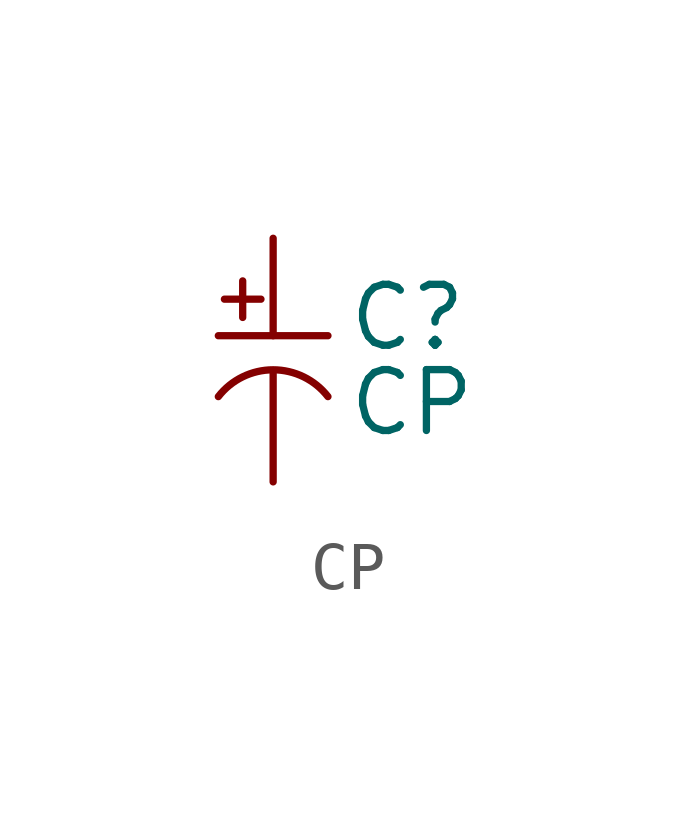
<source format=kicad_sym>
(kicad_symbol_lib
  (version 20211014)
  (generator kicad_symbol_editor)
  (symbol "CP"
    (pin_numbers hide)
    (pin_names
      (offset 1.016) hide)
    (property "Reference" "C"
      (at 1.524 -1.651 0)
      (effects (font (size 1.27 1.27)) (justify left)))
    (property "Value" "CP"
      (at 1.524 -3.429 0)
      (effects (font (size 1.27 1.27)) (justify left)))
    (symbol "CP_0_1"
      (polyline (pts (xy -1.143 -2.032) (xy 1.143 -2.032)) (stroke (width 0) (type default) (color 0 0 0 0)) (fill (type none)))
      (polyline (pts (xy -1.016 -1.27) (xy -0.254 -1.27)) (stroke (width 0) (type default) (color 0 0 0 0)) (fill (type none)))
      (polyline (pts (xy -0.635 -0.889) (xy -0.635 -1.651)) (stroke (width 0) (type default) (color 0 0 0 0)) (fill (type none)))
      (arc (start 1.143 -3.302) (mid 0 -2.743) (end -1.143 -3.302) (stroke (width 0) (type default) (color 0 0 0 0)) (fill (type none))))
    (symbol "CP_1_1"
      (pin passive line (at 0 0 270) (length 2.032) (name "~" (effects (font (size 1.27 1.27)))) (number "+" (effects (font (size 1.27 1.27)))))
      (pin passive line (at 0 -5.08 90) (length 2.286) (name "~" (effects (font (size 1.27 1.27)))) (number "-" (effects (font (size 1.27 1.27))))))))
</source>
